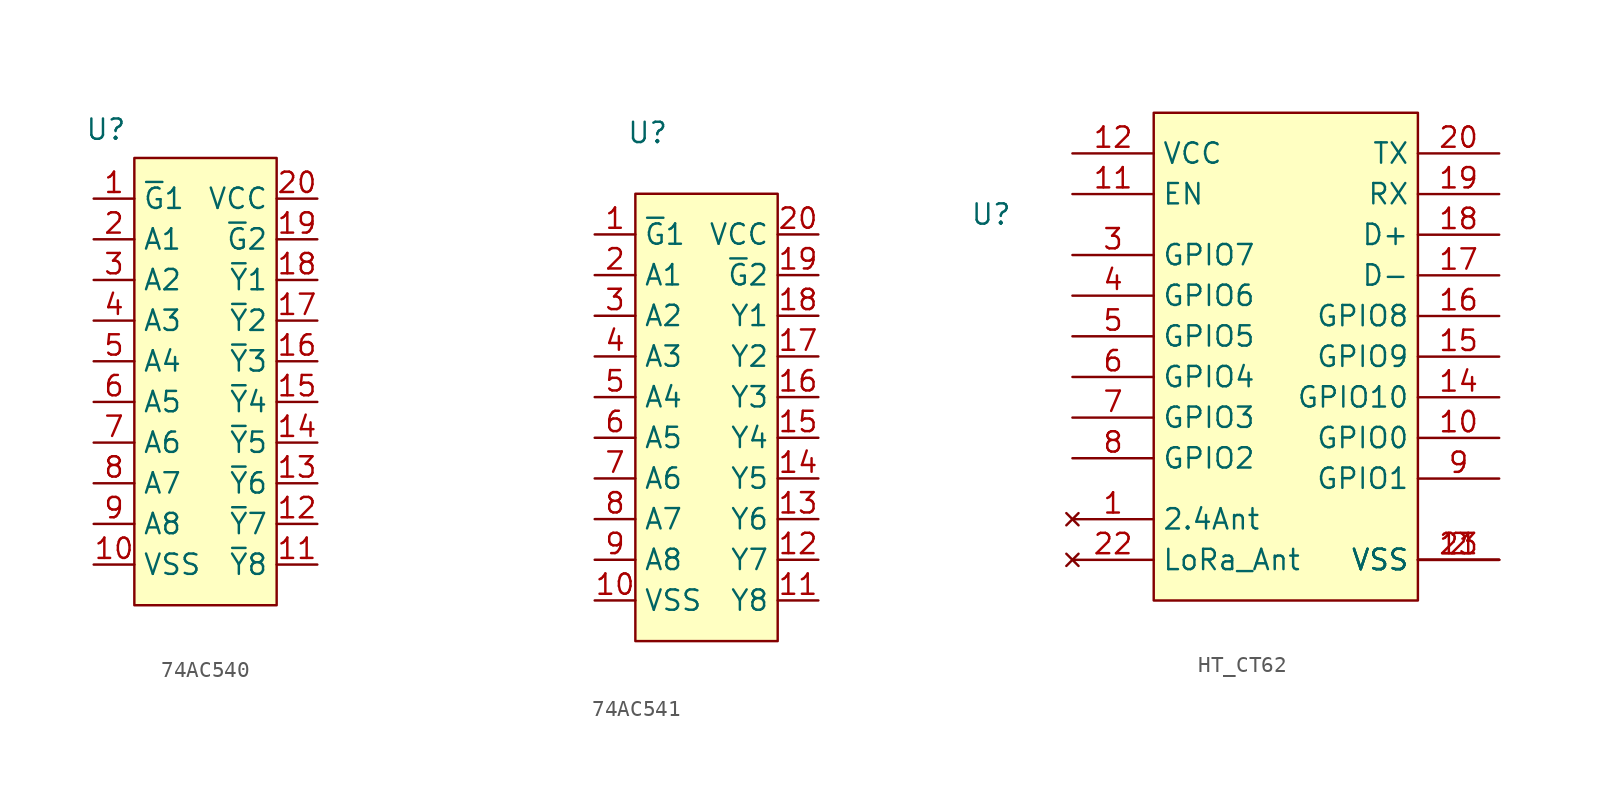
<source format=kicad_sym>
(kicad_symbol_lib
  (version 20231120)
  (generator "kicad_symbol_editor")
  (generator_version "8.0")
  (symbol "74AC540"
    (property "Reference" "U"
      (at -5.588 9.398 0)
      (effects (font (size 1.27 1.27))))
    (property "Value" ""
      (at 3.81 -5.08 0)
      (effects (font (size 1.27 1.27))))
    (symbol "74AC540_1_1"
      (rectangle (start -3.81 7.62) (end 5.08 -20.32) (stroke (width 0) (type default)) (fill (type background)))
      (pin input line (at -6.35 5.08 0) (length 2.54) (name "~{G}1" (effects (font (size 1.27 1.27)))) (number "1" (effects (font (size 1.27 1.27)))))
      (pin input line (at -6.35 -17.78 0) (length 2.54) (name "VSS" (effects (font (size 1.27 1.27)))) (number "10" (effects (font (size 1.27 1.27)))))
      (pin input line (at 7.62 -17.78 180) (length 2.54) (name "~{Y}8" (effects (font (size 1.27 1.27)))) (number "11" (effects (font (size 1.27 1.27)))))
      (pin input line (at 7.62 -15.24 180) (length 2.54) (name "~{Y}7" (effects (font (size 1.27 1.27)))) (number "12" (effects (font (size 1.27 1.27)))))
      (pin input line (at 7.62 -12.7 180) (length 2.54) (name "~{Y}6" (effects (font (size 1.27 1.27)))) (number "13" (effects (font (size 1.27 1.27)))))
      (pin input line (at 7.62 -10.16 180) (length 2.54) (name "~{Y}5" (effects (font (size 1.27 1.27)))) (number "14" (effects (font (size 1.27 1.27)))))
      (pin input line (at 7.62 -7.62 180) (length 2.54) (name "~{Y}4" (effects (font (size 1.27 1.27)))) (number "15" (effects (font (size 1.27 1.27)))))
      (pin input line (at 7.62 -5.08 180) (length 2.54) (name "~{Y}3" (effects (font (size 1.27 1.27)))) (number "16" (effects (font (size 1.27 1.27)))))
      (pin input line (at 7.62 -2.54 180) (length 2.54) (name "~{Y}2" (effects (font (size 1.27 1.27)))) (number "17" (effects (font (size 1.27 1.27)))))
      (pin input line (at 7.62 0 180) (length 2.54) (name "~{Y}1" (effects (font (size 1.27 1.27)))) (number "18" (effects (font (size 1.27 1.27)))))
      (pin input line (at 7.62 2.54 180) (length 2.54) (name "~{G}2" (effects (font (size 1.27 1.27)))) (number "19" (effects (font (size 1.27 1.27)))))
      (pin input line (at -6.35 2.54 0) (length 2.54) (name "A1" (effects (font (size 1.27 1.27)))) (number "2" (effects (font (size 1.27 1.27)))))
      (pin input line (at 7.62 5.08 180) (length 2.54) (name "VCC" (effects (font (size 1.27 1.27)))) (number "20" (effects (font (size 1.27 1.27)))))
      (pin input line (at -6.35 0 0) (length 2.54) (name "A2" (effects (font (size 1.27 1.27)))) (number "3" (effects (font (size 1.27 1.27)))))
      (pin input line (at -6.35 -2.54 0) (length 2.54) (name "A3" (effects (font (size 1.27 1.27)))) (number "4" (effects (font (size 1.27 1.27)))))
      (pin input line (at -6.35 -5.08 0) (length 2.54) (name "A4" (effects (font (size 1.27 1.27)))) (number "5" (effects (font (size 1.27 1.27)))))
      (pin input line (at -6.35 -7.62 0) (length 2.54) (name "A5" (effects (font (size 1.27 1.27)))) (number "6" (effects (font (size 1.27 1.27)))))
      (pin input line (at -6.35 -10.16 0) (length 2.54) (name "A6" (effects (font (size 1.27 1.27)))) (number "7" (effects (font (size 1.27 1.27)))))
      (pin input line (at -6.35 -12.7 0) (length 2.54) (name "A7" (effects (font (size 1.27 1.27)))) (number "8" (effects (font (size 1.27 1.27)))))
      (pin input line (at -6.35 -15.24 0) (length 2.54) (name "A8" (effects (font (size 1.27 1.27)))) (number "9" (effects (font (size 1.27 1.27)))))))
  (symbol "74AC541"
    (property "Reference" "U"
      (at -3.048 13.97 0)
      (effects (font (size 1.27 1.27))))
    (property "Value" ""
      (at -15.24 3.81 0)
      (effects (font (size 1.27 1.27))))
    (symbol "74AC541_1_1"
      (rectangle (start -3.81 10.16) (end 5.08 -17.78) (stroke (width 0) (type default)) (fill (type background)))
      (pin input line (at -6.35 7.62 0) (length 2.54) (name "~{G}1" (effects (font (size 1.27 1.27)))) (number "1" (effects (font (size 1.27 1.27)))))
      (pin input line (at -6.35 -15.24 0) (length 2.54) (name "VSS" (effects (font (size 1.27 1.27)))) (number "10" (effects (font (size 1.27 1.27)))))
      (pin input line (at 7.62 -15.24 180) (length 2.54) (name "Y8" (effects (font (size 1.27 1.27)))) (number "11" (effects (font (size 1.27 1.27)))))
      (pin input line (at 7.62 -12.7 180) (length 2.54) (name "Y7" (effects (font (size 1.27 1.27)))) (number "12" (effects (font (size 1.27 1.27)))))
      (pin input line (at 7.62 -10.16 180) (length 2.54) (name "Y6" (effects (font (size 1.27 1.27)))) (number "13" (effects (font (size 1.27 1.27)))))
      (pin input line (at 7.62 -7.62 180) (length 2.54) (name "Y5" (effects (font (size 1.27 1.27)))) (number "14" (effects (font (size 1.27 1.27)))))
      (pin input line (at 7.62 -5.08 180) (length 2.54) (name "Y4" (effects (font (size 1.27 1.27)))) (number "15" (effects (font (size 1.27 1.27)))))
      (pin input line (at 7.62 -2.54 180) (length 2.54) (name "Y3" (effects (font (size 1.27 1.27)))) (number "16" (effects (font (size 1.27 1.27)))))
      (pin input line (at 7.62 0 180) (length 2.54) (name "Y2" (effects (font (size 1.27 1.27)))) (number "17" (effects (font (size 1.27 1.27)))))
      (pin input line (at 7.62 2.54 180) (length 2.54) (name "Y1" (effects (font (size 1.27 1.27)))) (number "18" (effects (font (size 1.27 1.27)))))
      (pin input line (at 7.62 5.08 180) (length 2.54) (name "~{G}2" (effects (font (size 1.27 1.27)))) (number "19" (effects (font (size 1.27 1.27)))))
      (pin input line (at -6.35 5.08 0) (length 2.54) (name "A1" (effects (font (size 1.27 1.27)))) (number "2" (effects (font (size 1.27 1.27)))))
      (pin input line (at 7.62 7.62 180) (length 2.54) (name "VCC" (effects (font (size 1.27 1.27)))) (number "20" (effects (font (size 1.27 1.27)))))
      (pin input line (at -6.35 2.54 0) (length 2.54) (name "A2" (effects (font (size 1.27 1.27)))) (number "3" (effects (font (size 1.27 1.27)))))
      (pin input line (at -6.35 0 0) (length 2.54) (name "A3" (effects (font (size 1.27 1.27)))) (number "4" (effects (font (size 1.27 1.27)))))
      (pin input line (at -6.35 -2.54 0) (length 2.54) (name "A4" (effects (font (size 1.27 1.27)))) (number "5" (effects (font (size 1.27 1.27)))))
      (pin input line (at -6.35 -5.08 0) (length 2.54) (name "A5" (effects (font (size 1.27 1.27)))) (number "6" (effects (font (size 1.27 1.27)))))
      (pin input line (at -6.35 -7.62 0) (length 2.54) (name "A6" (effects (font (size 1.27 1.27)))) (number "7" (effects (font (size 1.27 1.27)))))
      (pin input line (at -6.35 -10.16 0) (length 2.54) (name "A7" (effects (font (size 1.27 1.27)))) (number "8" (effects (font (size 1.27 1.27)))))
      (pin input line (at -6.35 -12.7 0) (length 2.54) (name "A8" (effects (font (size 1.27 1.27)))) (number "9" (effects (font (size 1.27 1.27)))))))
  (symbol "HT_CT62"
    (property "Reference" "U"
      (at 0 0 0)
      (effects (font (size 1.27 1.27))))
    (property "Value" ""
      (at 0 0 0)
      (effects (font (size 1.27 1.27))))
    (symbol "HT_CT62_1_1"
      (rectangle (start 10.16 6.35) (end 26.67 -24.13) (stroke (width 0) (type default)) (fill (type background)))
      (pin no_connect line (at 5.08 -19.05 0) (length 5.08) (name "2.4Ant" (effects (font (size 1.27 1.27)))) (number "1" (effects (font (size 1.27 1.27)))))
      (pin input line (at 31.75 -13.97 180) (length 5.08) (name "GPIO0" (effects (font (size 1.27 1.27)))) (number "10" (effects (font (size 1.27 1.27)))))
      (pin input line (at 5.08 1.27 0) (length 5.08) (name "EN" (effects (font (size 1.27 1.27)))) (number "11" (effects (font (size 1.27 1.27)))))
      (pin input line (at 5.08 3.81 0) (length 5.08) (name "VCC" (effects (font (size 1.27 1.27)))) (number "12" (effects (font (size 1.27 1.27)))))
      (pin input line (at 31.75 -21.59 180) (length 5.08) (name "VSS" (effects (font (size 1.27 1.27)))) (number "13" (effects (font (size 1.27 1.27)))))
      (pin input line (at 31.75 -11.43 180) (length 5.08) (name "GPIO10" (effects (font (size 1.27 1.27)))) (number "14" (effects (font (size 1.27 1.27)))))
      (pin input line (at 31.75 -8.89 180) (length 5.08) (name "GPIO9" (effects (font (size 1.27 1.27)))) (number "15" (effects (font (size 1.27 1.27)))))
      (pin input line (at 31.75 -6.35 180) (length 5.08) (name "GPIO8" (effects (font (size 1.27 1.27)))) (number "16" (effects (font (size 1.27 1.27)))))
      (pin input line (at 31.75 -3.81 180) (length 5.08) (name "D-" (effects (font (size 1.27 1.27)))) (number "17" (effects (font (size 1.27 1.27)))))
      (pin input line (at 31.75 -1.27 180) (length 5.08) (name "D+" (effects (font (size 1.27 1.27)))) (number "18" (effects (font (size 1.27 1.27)))))
      (pin input line (at 31.75 1.27 180) (length 5.08) (name "RX" (effects (font (size 1.27 1.27)))) (number "19" (effects (font (size 1.27 1.27)))))
      (pin input line (at 31.75 -21.59 180) (length 5.08) (name "VSS" (effects (font (size 1.27 1.27)))) (number "2" (effects (font (size 1.27 1.27)))))
      (pin input line (at 31.75 3.81 180) (length 5.08) (name "TX" (effects (font (size 1.27 1.27)))) (number "20" (effects (font (size 1.27 1.27)))))
      (pin input line (at 31.75 -21.59 180) (length 5.08) (name "VSS" (effects (font (size 1.27 1.27)))) (number "21" (effects (font (size 1.27 1.27)))))
      (pin no_connect line (at 5.08 -21.59 0) (length 5.08) (name "LoRa_Ant" (effects (font (size 1.27 1.27)))) (number "22" (effects (font (size 1.27 1.27)))))
      (pin input line (at 5.08 -2.54 0) (length 5.08) (name "GPIO7" (effects (font (size 1.27 1.27)))) (number "3" (effects (font (size 1.27 1.27)))))
      (pin input line (at 5.08 -5.08 0) (length 5.08) (name "GPIO6" (effects (font (size 1.27 1.27)))) (number "4" (effects (font (size 1.27 1.27)))))
      (pin input line (at 5.08 -7.62 0) (length 5.08) (name "GPIO5" (effects (font (size 1.27 1.27)))) (number "5" (effects (font (size 1.27 1.27)))))
      (pin input line (at 5.08 -10.16 0) (length 5.08) (name "GPIO4" (effects (font (size 1.27 1.27)))) (number "6" (effects (font (size 1.27 1.27)))))
      (pin input line (at 5.08 -12.7 0) (length 5.08) (name "GPIO3" (effects (font (size 1.27 1.27)))) (number "7" (effects (font (size 1.27 1.27)))))
      (pin input line (at 5.08 -15.24 0) (length 5.08) (name "GPIO2" (effects (font (size 1.27 1.27)))) (number "8" (effects (font (size 1.27 1.27)))))
      (pin input line (at 31.75 -16.51 180) (length 5.08) (name "GPIO1" (effects (font (size 1.27 1.27)))) (number "9" (effects (font (size 1.27 1.27))))))))
</source>
